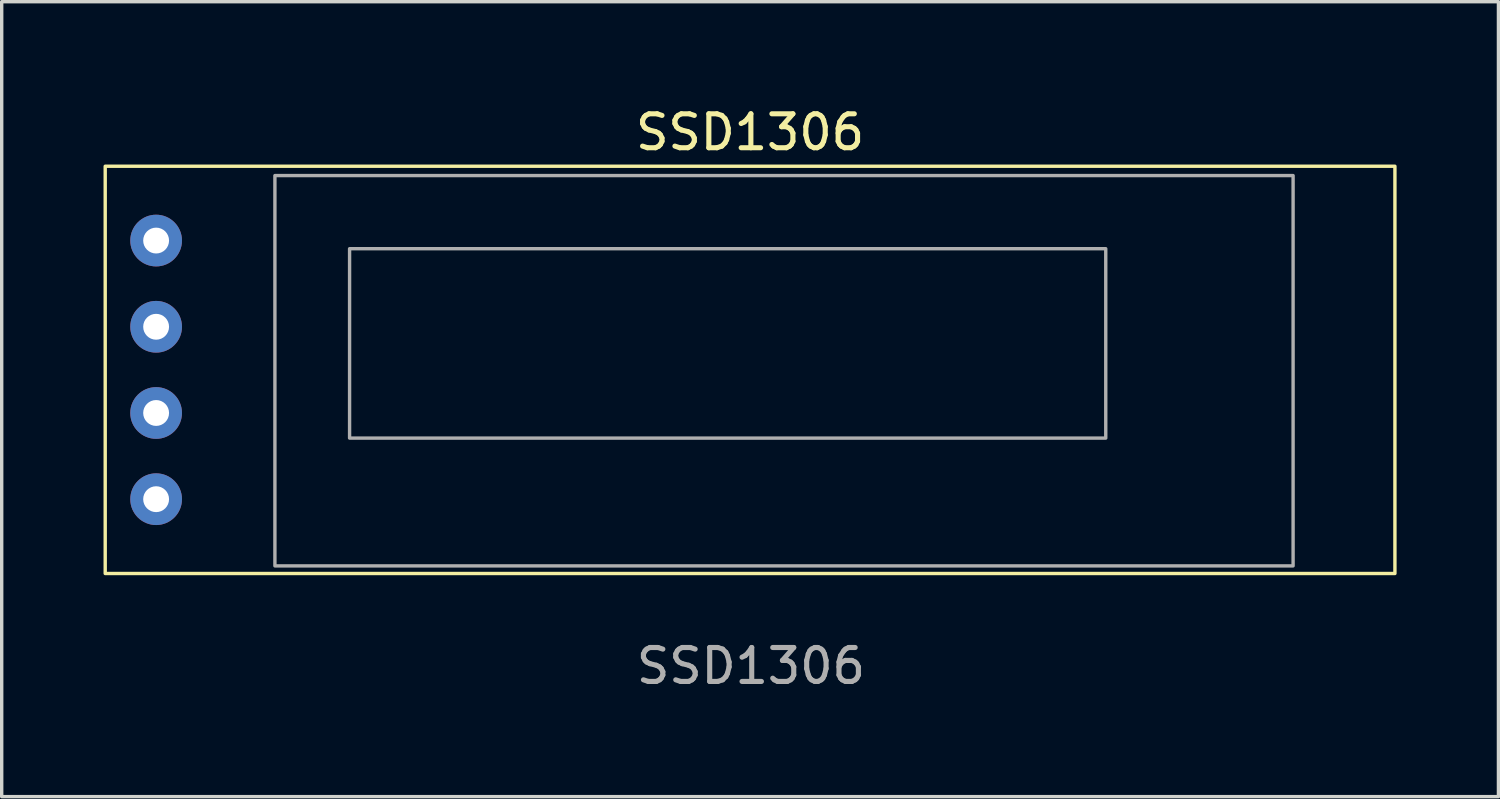
<source format=kicad_pcb>
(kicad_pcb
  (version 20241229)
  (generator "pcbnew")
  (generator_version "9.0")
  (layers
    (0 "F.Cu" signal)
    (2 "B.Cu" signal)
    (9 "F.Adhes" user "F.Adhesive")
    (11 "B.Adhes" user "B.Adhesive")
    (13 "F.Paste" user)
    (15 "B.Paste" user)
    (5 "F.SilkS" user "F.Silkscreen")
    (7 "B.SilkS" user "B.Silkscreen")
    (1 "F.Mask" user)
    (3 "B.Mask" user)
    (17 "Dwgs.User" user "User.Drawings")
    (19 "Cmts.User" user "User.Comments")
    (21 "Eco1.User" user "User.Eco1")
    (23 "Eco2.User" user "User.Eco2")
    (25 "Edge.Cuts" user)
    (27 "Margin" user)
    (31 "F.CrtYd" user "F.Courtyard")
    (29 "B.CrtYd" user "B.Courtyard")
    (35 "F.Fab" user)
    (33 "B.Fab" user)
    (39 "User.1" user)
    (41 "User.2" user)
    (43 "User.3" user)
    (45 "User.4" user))
  (footprint "SSD1306"
    (layer "F.Cu")
    (at 19.05 7.848)
    (property "Reference" "SSD1306" (at 0 -7 0) (unlocked yes) (layer "F.SilkS") (effects (font (size 1 1) (thickness 0.15))))
    (attr through_hole)
    (fp_rect (start -19 -6) (end 19 6) (stroke (width 0.1) (type default)) (fill no) (layer "F.SilkS"))
    (fp_rect (start -14 -5.725) (end 16 5.775) (stroke (width 0.1) (type default)) (fill no) (layer "F.Fab"))
    (fp_rect (start -11.8 -3.57) (end 10.48 2.01) (stroke (width 0.1) (type default)) (fill no) (layer "F.Fab"))
    (fp_text user "${REFERENCE}" (at 0.025 8.725 0) (unlocked yes) (layer "F.Fab") (effects (font (size 1 1) (thickness 0.15))))
    (pad "1" thru_hole circle (at -17.5 -3.81) (size 1.524 1.524) (drill 0.762) (layers "*.Cu" "*.Mask"))
    (pad "2" thru_hole circle (at -17.5 -1.27) (size 1.524 1.524) (drill 0.762) (layers "*.Cu" "*.Mask"))
    (pad "3" thru_hole circle (at -17.5 1.27) (size 1.524 1.524) (drill 0.762) (layers "*.Cu" "*.Mask"))
    (pad "4" thru_hole circle (at -17.5 3.81) (size 1.524 1.524) (drill 0.762) (layers "*.Cu" "*.Mask")))
  (gr_rect
    (start -3 -3)
    (end 41.1 20.422)
    (stroke (width 0.1) (type default))
    (fill no)
    (layer "Edge.Cuts")))
</source>
